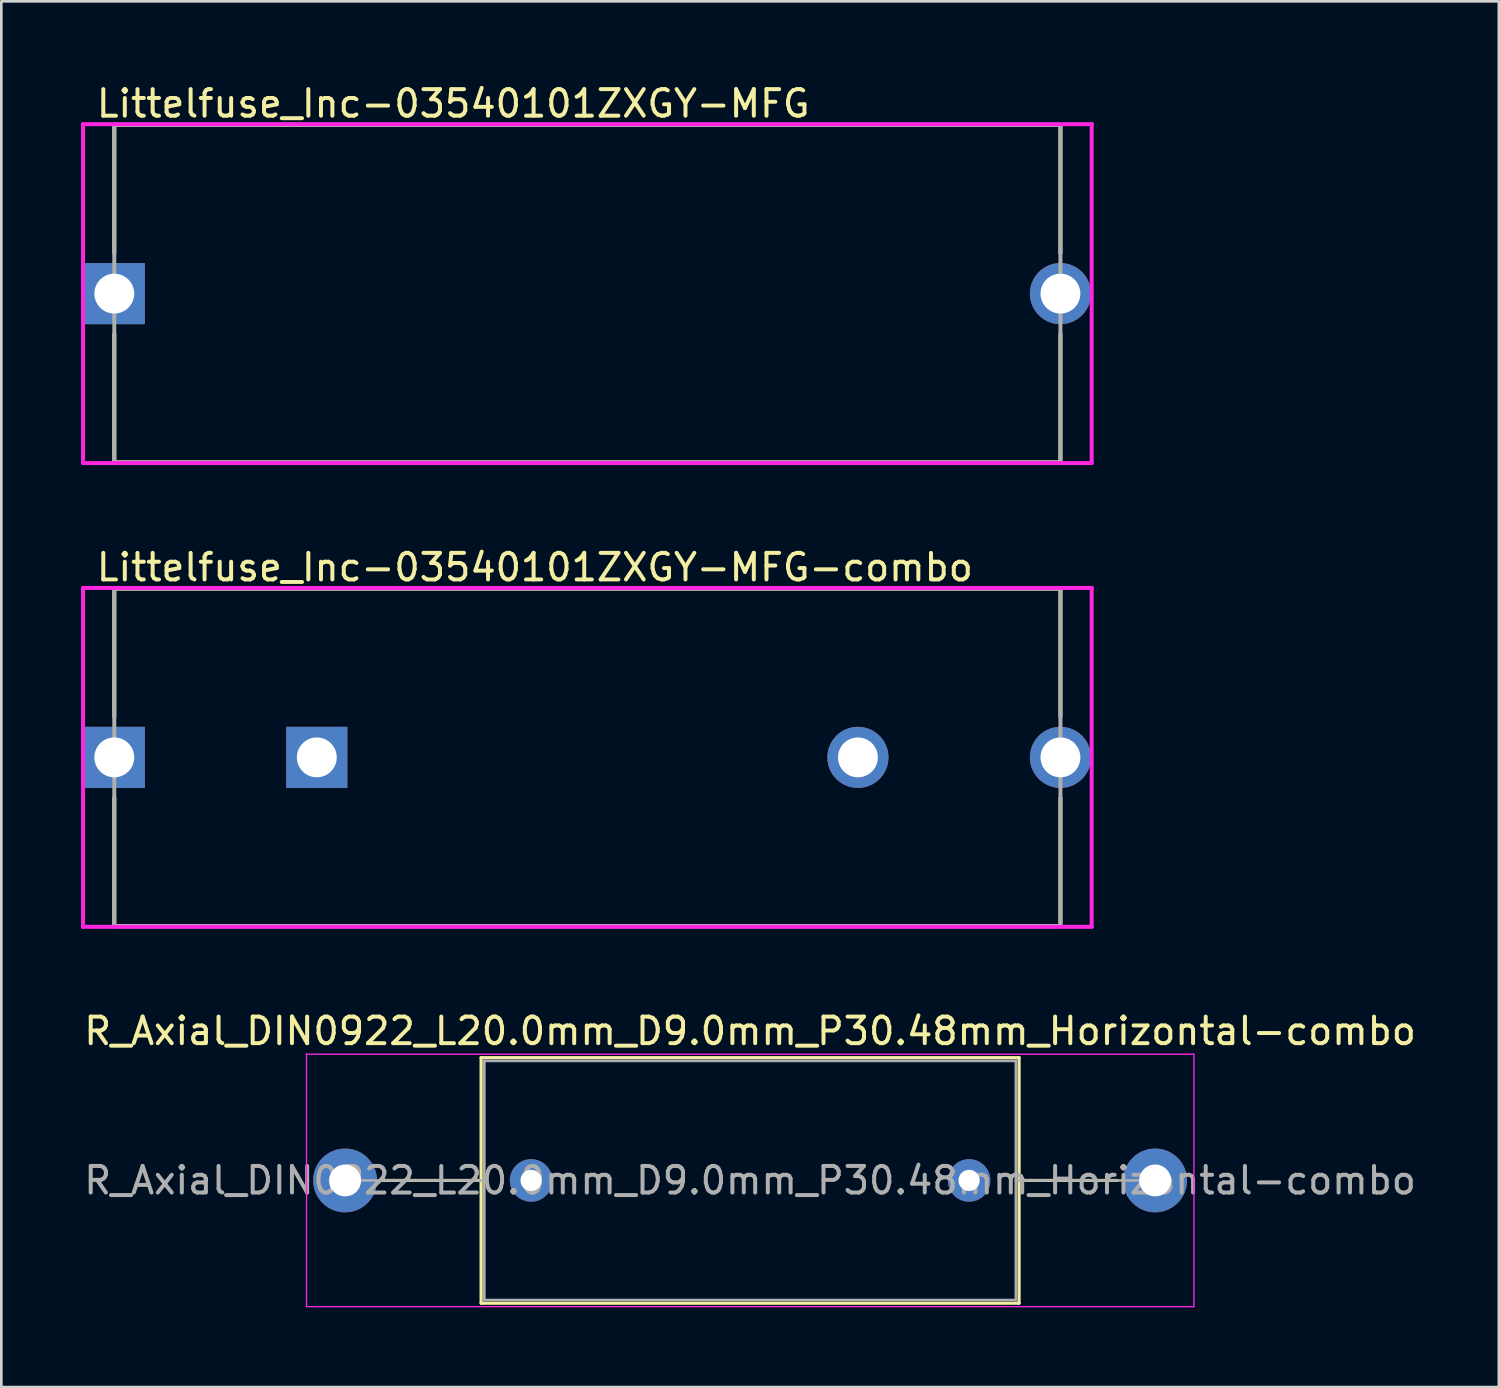
<source format=kicad_pcb>
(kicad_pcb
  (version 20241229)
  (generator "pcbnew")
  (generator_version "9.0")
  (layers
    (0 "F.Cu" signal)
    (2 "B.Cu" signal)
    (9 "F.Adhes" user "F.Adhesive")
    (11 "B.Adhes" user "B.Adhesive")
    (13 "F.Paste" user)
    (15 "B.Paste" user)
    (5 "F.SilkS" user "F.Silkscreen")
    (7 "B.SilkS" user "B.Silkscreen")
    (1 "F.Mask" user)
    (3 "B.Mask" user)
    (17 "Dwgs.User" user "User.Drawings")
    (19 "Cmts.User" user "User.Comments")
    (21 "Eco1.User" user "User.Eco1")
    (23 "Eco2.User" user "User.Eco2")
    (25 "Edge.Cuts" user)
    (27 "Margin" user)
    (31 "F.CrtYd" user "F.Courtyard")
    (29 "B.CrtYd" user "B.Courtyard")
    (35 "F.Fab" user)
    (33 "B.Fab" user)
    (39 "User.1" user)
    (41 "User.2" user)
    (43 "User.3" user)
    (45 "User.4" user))
  (footprint "Littelfuse_Inc-03540101ZXGY-MFG-combo"
    (layer "F.Cu")
    (at 19.05 25.447)
    (property "Reference" "Littelfuse_Inc-03540101ZXGY-MFG-combo" (at -18.55 -7.15 0) (layer "F.SilkS") (effects (font (size 1 1) (thickness 0.15)) (justify left)))
    (attr through_hole)
    (fp_line (start -17.8 -6.35) (end 17.8 -6.35) (stroke (width 0.15) (type solid)) (layer "F.SilkS"))
    (fp_line (start -17.8 -1.525) (end -17.8 -6.35) (stroke (width 0.15) (type solid)) (layer "F.SilkS"))
    (fp_line (start -17.8 6.35) (end -17.8 1.525) (stroke (width 0.15) (type solid)) (layer "F.SilkS"))
    (fp_line (start -17.8 6.35) (end 17.8 6.35) (stroke (width 0.15) (type solid)) (layer "F.SilkS"))
    (fp_line (start 17.8 -1.525) (end 17.8 -6.35) (stroke (width 0.15) (type solid)) (layer "F.SilkS"))
    (fp_line (start 17.8 6.35) (end 17.8 1.525) (stroke (width 0.15) (type solid)) (layer "F.SilkS"))
    (fp_line (start -18.975 -6.375) (end -18.975 6.375) (stroke (width 0.15) (type solid)) (layer "F.CrtYd"))
    (fp_line (start -18.975 6.375) (end 18.975 6.375) (stroke (width 0.15) (type solid)) (layer "F.CrtYd"))
    (fp_line (start 18.975 -6.375) (end -18.975 -6.375) (stroke (width 0.15) (type solid)) (layer "F.CrtYd"))
    (fp_line (start 18.975 -6.375) (end 18.975 -6.375) (stroke (width 0.15) (type solid)) (layer "F.CrtYd"))
    (fp_line (start 18.975 6.375) (end 18.975 -6.375) (stroke (width 0.15) (type solid)) (layer "F.CrtYd"))
    (fp_line (start -17.8 -6.35) (end 17.8 -6.35) (stroke (width 0.15) (type solid)) (layer "F.Fab"))
    (fp_line (start -17.8 6.35) (end -17.8 -6.35) (stroke (width 0.15) (type solid)) (layer "F.Fab"))
    (fp_line (start 17.8 -6.35) (end 17.8 6.35) (stroke (width 0.15) (type solid)) (layer "F.Fab"))
    (fp_line (start 17.8 6.35) (end -17.8 6.35) (stroke (width 0.15) (type solid)) (layer "F.Fab"))
    (pad "1" thru_hole rect (at -17.8 0) (size 2.3 2.3) (drill 1.5) (layers "*.Cu"))
    (pad "1" thru_hole rect (at -10.18 0) (size 2.3 2.3) (drill 1.5) (layers "*.Cu"))
    (pad "2" thru_hole circle (at 10.18 0) (size 2.3 2.3) (drill 1.5) (layers "*.Cu"))
    (pad "2" thru_hole circle (at 17.8 0) (size 2.3 2.3) (drill 1.5) (layers "*.Cu")))
  (footprint "Littelfuse_Inc-03540101ZXGY-MFG"
    (layer "F.Cu")
    (at 19.05 7.998)
    (property "Reference" "Littelfuse_Inc-03540101ZXGY-MFG" (at -18.55 -7.15 0) (layer "F.SilkS") (effects (font (size 1 1) (thickness 0.15)) (justify left)))
    (attr through_hole)
    (fp_line (start -17.8 -6.35) (end 17.8 -6.35) (stroke (width 0.15) (type solid)) (layer "F.SilkS"))
    (fp_line (start -17.8 -1.525) (end -17.8 -6.35) (stroke (width 0.15) (type solid)) (layer "F.SilkS"))
    (fp_line (start -17.8 6.35) (end -17.8 1.525) (stroke (width 0.15) (type solid)) (layer "F.SilkS"))
    (fp_line (start -17.8 6.35) (end 17.8 6.35) (stroke (width 0.15) (type solid)) (layer "F.SilkS"))
    (fp_line (start 17.8 -1.525) (end 17.8 -6.35) (stroke (width 0.15) (type solid)) (layer "F.SilkS"))
    (fp_line (start 17.8 6.35) (end 17.8 1.525) (stroke (width 0.15) (type solid)) (layer "F.SilkS"))
    (fp_line (start -18.975 -6.375) (end -18.975 6.375) (stroke (width 0.15) (type solid)) (layer "F.CrtYd"))
    (fp_line (start -18.975 6.375) (end 18.975 6.375) (stroke (width 0.15) (type solid)) (layer "F.CrtYd"))
    (fp_line (start 18.975 -6.375) (end -18.975 -6.375) (stroke (width 0.15) (type solid)) (layer "F.CrtYd"))
    (fp_line (start 18.975 -6.375) (end 18.975 -6.375) (stroke (width 0.15) (type solid)) (layer "F.CrtYd"))
    (fp_line (start 18.975 6.375) (end 18.975 -6.375) (stroke (width 0.15) (type solid)) (layer "F.CrtYd"))
    (fp_line (start -17.8 -6.35) (end 17.8 -6.35) (stroke (width 0.15) (type solid)) (layer "F.Fab"))
    (fp_line (start -17.8 6.35) (end -17.8 -6.35) (stroke (width 0.15) (type solid)) (layer "F.Fab"))
    (fp_line (start 17.8 -6.35) (end 17.8 6.35) (stroke (width 0.15) (type solid)) (layer "F.Fab"))
    (fp_line (start 17.8 6.35) (end -17.8 6.35) (stroke (width 0.15) (type solid)) (layer "F.Fab"))
    (pad "1" thru_hole rect (at -17.8 0) (size 2.3 2.3) (drill 1.5) (layers "*.Cu"))
    (pad "2" thru_hole circle (at 17.8 0) (size 2.3 2.3) (drill 1.5) (layers "*.Cu")))
  (footprint "R_Axial_DIN0922_L20.0mm_D9.0mm_P30.48mm_Horizontal-combo"
    (layer "F.Cu")
    (at 9.933 41.365)
    (property "Reference" "R_Axial_DIN0922_L20.0mm_D9.0mm_P30.48mm_Horizontal-combo" (at 15.24 -5.62 0) (layer "F.SilkS") (effects (font (size 1 1) (thickness 0.15))))
    (attr through_hole)
    (fp_line (start 1.44 0) (end 5.12 0) (stroke (width 0.12) (type solid)) (layer "F.SilkS"))
    (fp_line (start 5.12 -4.62) (end 5.12 4.62) (stroke (width 0.12) (type solid)) (layer "F.SilkS"))
    (fp_line (start 5.12 4.62) (end 25.36 4.62) (stroke (width 0.12) (type solid)) (layer "F.SilkS"))
    (fp_line (start 25.36 -4.62) (end 5.12 -4.62) (stroke (width 0.12) (type solid)) (layer "F.SilkS"))
    (fp_line (start 25.36 4.62) (end 25.36 -4.62) (stroke (width 0.12) (type solid)) (layer "F.SilkS"))
    (fp_line (start 29.04 0) (end 25.36 0) (stroke (width 0.12) (type solid)) (layer "F.SilkS"))
    (fp_line (start -1.45 -4.75) (end -1.45 4.75) (stroke (width 0.05) (type solid)) (layer "F.CrtYd"))
    (fp_line (start -1.45 4.75) (end 31.94 4.75) (stroke (width 0.05) (type solid)) (layer "F.CrtYd"))
    (fp_line (start 31.94 -4.75) (end -1.45 -4.75) (stroke (width 0.05) (type solid)) (layer "F.CrtYd"))
    (fp_line (start 31.94 4.75) (end 31.94 -4.75) (stroke (width 0.05) (type solid)) (layer "F.CrtYd"))
    (fp_line (start 0 0) (end 5.24 0) (stroke (width 0.1) (type solid)) (layer "F.Fab"))
    (fp_line (start 5.24 -4.5) (end 5.24 4.5) (stroke (width 0.1) (type solid)) (layer "F.Fab"))
    (fp_line (start 5.24 4.5) (end 25.24 4.5) (stroke (width 0.1) (type solid)) (layer "F.Fab"))
    (fp_line (start 25.24 -4.5) (end 5.24 -4.5) (stroke (width 0.1) (type solid)) (layer "F.Fab"))
    (fp_line (start 25.24 4.5) (end 25.24 -4.5) (stroke (width 0.1) (type solid)) (layer "F.Fab"))
    (fp_line (start 30.48 0) (end 25.24 0) (stroke (width 0.1) (type solid)) (layer "F.Fab"))
    (fp_text user "${REFERENCE}" (at 15.24 0 0) (layer "F.Fab") (effects (font (size 1 1) (thickness 0.15))))
    (pad "1" thru_hole circle (at 0 0) (size 2.4 2.4) (drill 1.2) (layers "*.Cu" "*.Mask"))
    (pad "1" thru_hole circle (at 7 0) (size 1.6 1.6) (drill 0.8) (layers "*.Cu" "*.Mask"))
    (pad "2" thru_hole oval (at 23.48 0) (size 1.6 1.6) (drill 0.8) (layers "*.Cu" "*.Mask"))
    (pad "2" thru_hole oval (at 30.48 0) (size 2.4 2.4) (drill 1.2) (layers "*.Cu" "*.Mask")))
  (gr_rect
    (start -3 -3)
    (end 53.345 49.14)
    (stroke (width 0.1) (type default))
    (fill no)
    (layer "Edge.Cuts")))
</source>
